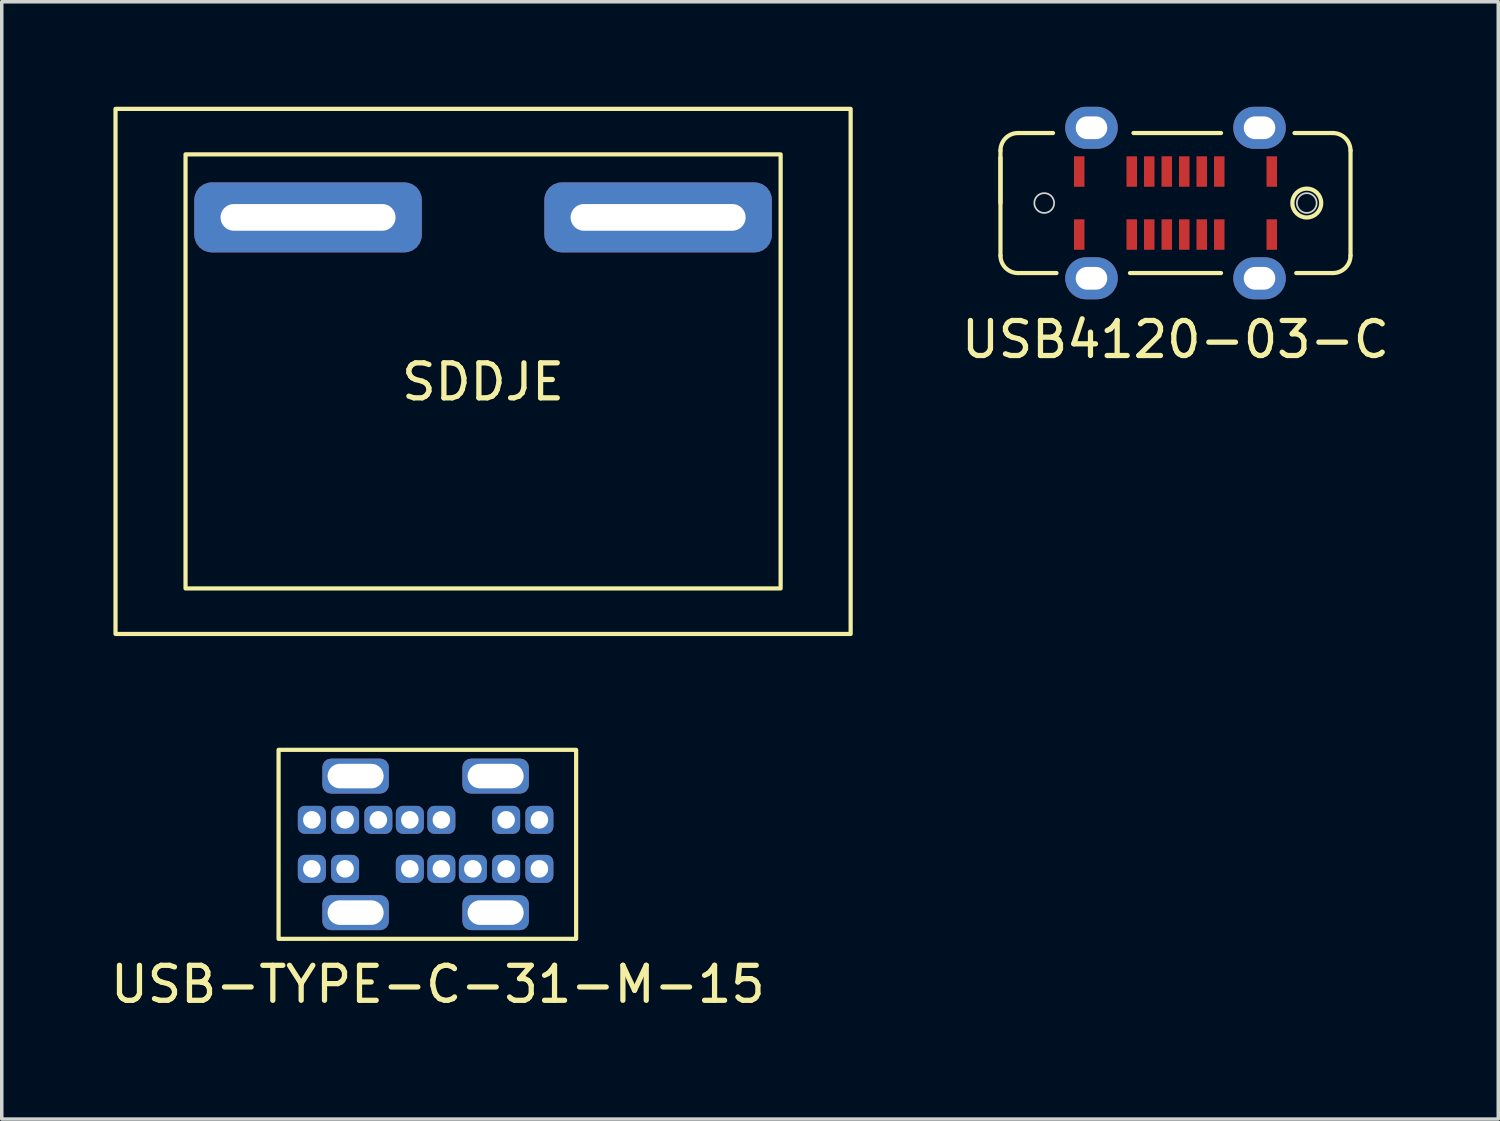
<source format=kicad_pcb>
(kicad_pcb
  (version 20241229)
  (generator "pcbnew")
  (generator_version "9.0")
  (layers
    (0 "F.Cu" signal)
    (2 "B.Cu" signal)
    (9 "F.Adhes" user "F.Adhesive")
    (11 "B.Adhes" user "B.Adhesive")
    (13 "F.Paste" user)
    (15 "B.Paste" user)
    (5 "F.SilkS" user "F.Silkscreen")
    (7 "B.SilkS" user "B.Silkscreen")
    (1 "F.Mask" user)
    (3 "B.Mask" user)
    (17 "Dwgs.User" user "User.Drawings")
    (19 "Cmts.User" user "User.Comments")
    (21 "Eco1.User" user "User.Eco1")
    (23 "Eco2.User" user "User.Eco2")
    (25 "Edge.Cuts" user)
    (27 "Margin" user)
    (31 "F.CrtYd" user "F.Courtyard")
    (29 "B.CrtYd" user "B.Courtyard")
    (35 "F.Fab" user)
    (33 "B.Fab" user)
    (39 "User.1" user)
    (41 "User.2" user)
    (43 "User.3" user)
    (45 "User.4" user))
  (footprint "USB-TYPE-C-31-M-15"
    (layer "F.Cu")
    (at 5.858 21.77)
    (property "Reference" "USB-TYPE-C-31-M-15" (at 3.6 3.3 0) (unlocked yes) (layer "F.SilkS") (effects (font (size 1 1) (thickness 0.15))))
    (attr through_hole)
    (fp_rect (start -0.95 -3.4) (end 7.55 2) (stroke (width 0.12) (type solid)) (fill no) (layer "F.SilkS"))
    (pad "1" thru_hole roundrect (at 0 -1.4) (size 0.8 0.8) (drill 0.5) (layers "*.Cu" "*.Mask") (roundrect_rratio 0.25))
    (pad "1" thru_hole roundrect (at 0 0) (size 0.8 0.8) (drill 0.5) (layers "*.Cu" "*.Mask") (roundrect_rratio 0.25))
    (pad "1" thru_hole roundrect (at 1.25 -2.65) (size 1.9 1) (drill oval 1.6 0.7) (layers "*.Cu" "*.Mask") (roundrect_rratio 0.25))
    (pad "1" thru_hole roundrect (at 1.25 1.25) (size 1.9 1) (drill oval 1.6 0.7) (layers "*.Cu" "*.Mask") (roundrect_rratio 0.25))
    (pad "1" thru_hole roundrect (at 5.25 -2.65) (size 1.9 1) (drill oval 1.6 0.7) (layers "*.Cu" "*.Mask") (roundrect_rratio 0.25))
    (pad "1" thru_hole roundrect (at 5.25 1.25) (size 1.9 1) (drill oval 1.6 0.7) (layers "*.Cu" "*.Mask") (roundrect_rratio 0.25))
    (pad "1" thru_hole roundrect (at 6.5 -1.4) (size 0.8 0.8) (drill 0.5) (layers "*.Cu" "*.Mask") (roundrect_rratio 0.25))
    (pad "1" thru_hole roundrect (at 6.5 0) (size 0.8 0.8) (drill 0.5) (layers "*.Cu" "*.Mask") (roundrect_rratio 0.25))
    (pad "2" thru_hole roundrect (at 0.95 -1.4) (size 0.8 0.8) (drill 0.5) (layers "*.Cu" "*.Mask") (roundrect_rratio 0.25))
    (pad "2" thru_hole roundrect (at 0.95 0) (size 0.8 0.8) (drill 0.5) (layers "*.Cu" "*.Mask") (roundrect_rratio 0.25))
    (pad "2" thru_hole roundrect (at 5.55 -1.4) (size 0.8 0.8) (drill 0.5) (layers "*.Cu" "*.Mask") (roundrect_rratio 0.25))
    (pad "2" thru_hole roundrect (at 5.55 0) (size 0.8 0.8) (drill 0.5) (layers "*.Cu" "*.Mask") (roundrect_rratio 0.25))
    (pad "3" thru_hole roundrect (at 1.9 -1.4) (size 0.8 0.8) (drill 0.5) (layers "*.Cu" "*.Mask") (roundrect_rratio 0.25))
    (pad "4" thru_hole roundrect (at 4.6 0) (size 0.8 0.8) (drill 0.5) (layers "*.Cu" "*.Mask") (roundrect_rratio 0.25))
    (pad "5" thru_hole roundrect (at 2.8 -1.4) (size 0.8 0.8) (drill 0.5) (layers "*.Cu" "*.Mask") (roundrect_rratio 0.25))
    (pad "5" thru_hole roundrect (at 3.7 0) (size 0.8 0.8) (drill 0.5) (layers "*.Cu" "*.Mask") (roundrect_rratio 0.25))
    (pad "6" thru_hole roundrect (at 2.8 0) (size 0.8 0.8) (drill 0.5) (layers "*.Cu" "*.Mask") (roundrect_rratio 0.25))
    (pad "6" thru_hole roundrect (at 3.7 -1.4) (size 0.8 0.8) (drill 0.5) (layers "*.Cu" "*.Mask") (roundrect_rratio 0.25)))
  (footprint "USB4120-03-C"
    (layer "F.Cu")
    (at 30.53 2.75)
    (property "Reference" "USB4120-03-C" (at 0 3.9 0) (unlocked yes) (layer "F.SilkS") (effects (font (size 1 1) (thickness 0.15))))
    (attr through_hole)
    (fp_line (start -5 -1.3) (end -5 1.5) (stroke (width 0.12) (type solid)) (layer "F.SilkS"))
    (fp_line (start -5 0) (end -5 -1.5) (stroke (width 0.12) (type solid)) (layer "F.SilkS"))
    (fp_line (start -4.5 -2) (end -3.5 -2) (stroke (width 0.12) (type solid)) (layer "F.SilkS"))
    (fp_line (start -4.5 2) (end -3.4 2) (stroke (width 0.12) (type solid)) (layer "F.SilkS"))
    (fp_line (start -1.2 -2) (end 1.3 -2) (stroke (width 0.12) (type solid)) (layer "F.SilkS"))
    (fp_line (start 1.3 2) (end -1.3 2) (stroke (width 0.12) (type solid)) (layer "F.SilkS"))
    (fp_line (start 4.496 2) (end 3.45 2) (stroke (width 0.12) (type solid)) (layer "F.SilkS"))
    (fp_line (start 4.5 -2) (end 3.4 -2) (stroke (width 0.12) (type solid)) (layer "F.SilkS"))
    (fp_line (start 5 1.5) (end 5 -1.5) (stroke (width 0.12) (type solid)) (layer "F.SilkS"))
    (fp_arc (start -5 -1.5) (mid -4.853553 -1.853553) (end -4.5 -2) (stroke (width 0.12) (type solid)) (layer "F.SilkS"))
    (fp_arc (start -4.5 2) (mid -4.853553 1.853553) (end -5 1.5) (stroke (width 0.12) (type solid)) (layer "F.SilkS"))
    (fp_arc (start 4.5 -2) (mid 4.851477 -1.851477) (end 5 -1.5) (stroke (width 0.12) (type solid)) (layer "F.SilkS"))
    (fp_arc (start 5 1.5) (mid 4.851258 1.853767) (end 4.496447 2) (stroke (width 0.12) (type solid)) (layer "F.SilkS"))
    (fp_circle (center 3.75 0) (end 3.85 -0.4) (stroke (width 0.12) (type solid)) (fill no) (layer "F.SilkS"))
    (fp_circle (center -3.75 0) (end -3.467 0) (stroke (width 0.05) (type solid)) (fill no) (layer "Edge.Cuts"))
    (fp_circle (center 3.75 0) (end 4.033 0) (stroke (width 0.05) (type solid)) (fill no) (layer "Edge.Cuts"))
    (pad "A1" smd rect (at -2.75 -0.9) (size 0.3 0.87) (layers "F.Cu" "F.Mask" "F.Paste"))
    (pad "A4" smd rect (at -1.25 -0.9) (size 0.3 0.87) (layers "F.Cu" "F.Mask" "F.Paste"))
    (pad "A5" smd rect (at -0.75 -0.9) (size 0.3 0.87) (layers "F.Cu" "F.Mask" "F.Paste"))
    (pad "A6" smd rect (at -0.25 -0.9) (size 0.3 0.87) (layers "F.Cu" "F.Mask" "F.Paste"))
    (pad "A7" smd rect (at 0.25 -0.9) (size 0.3 0.87) (layers "F.Cu" "F.Mask" "F.Paste"))
    (pad "A8" smd rect (at 0.75 -0.9) (size 0.3 0.87) (layers "F.Cu" "F.Mask" "F.Paste"))
    (pad "A9" smd rect (at 1.25 -0.9) (size 0.3 0.87) (layers "F.Cu" "F.Mask" "F.Paste"))
    (pad "A12" smd rect (at 2.75 -0.9) (size 0.3 0.87) (layers "F.Cu" "F.Mask" "F.Paste"))
    (pad "B1" smd rect (at 2.75 0.9) (size 0.3 0.87) (layers "F.Cu" "F.Mask" "F.Paste"))
    (pad "B4" smd rect (at 1.25 0.9) (size 0.3 0.87) (layers "F.Cu" "F.Mask" "F.Paste"))
    (pad "B5" smd rect (at 0.75 0.9) (size 0.3 0.87) (layers "F.Cu" "F.Mask" "F.Paste"))
    (pad "B6" smd rect (at 0.25 0.9) (size 0.3 0.87) (layers "F.Cu" "F.Mask" "F.Paste"))
    (pad "B7" smd rect (at -0.25 0.9) (size 0.3 0.87) (layers "F.Cu" "F.Mask" "F.Paste"))
    (pad "B8" smd rect (at -0.75 0.9) (size 0.3 0.87) (layers "F.Cu" "F.Mask" "F.Paste"))
    (pad "B9" smd rect (at -1.25 0.9) (size 0.3 0.87) (layers "F.Cu" "F.Mask" "F.Paste"))
    (pad "B12" smd rect (at -2.75 0.9) (size 0.3 0.87) (layers "F.Cu" "F.Mask" "F.Paste"))
    (pad "S1" thru_hole oval (at -2.4 -2.15) (size 1.5 1.2) (drill oval 0.9 0.65) (layers "*.Cu" "*.Mask"))
    (pad "S1" thru_hole oval (at -2.4 2.15) (size 1.5 1.2) (drill oval 0.9 0.65) (layers "*.Cu" "*.Mask"))
    (pad "S1" thru_hole oval (at 2.4 -2.15) (size 1.5 1.2) (drill oval 0.9 0.65) (layers "*.Cu" "*.Mask"))
    (pad "S1" thru_hole oval (at 2.4 2.15) (size 1.5 1.2) (drill oval 0.9 0.65) (layers "*.Cu" "*.Mask")))
  (footprint "SDDJE"
    (layer "F.Cu")
    (at 0.25 15.06)
    (property "Reference" "SDDJE" (at 10.5 -7.2 0) (unlocked yes) (layer "F.SilkS") (effects (font (size 1 1) (thickness 0.15))))
    (attr through_hole)
    (fp_rect (start 0 0) (end 21 -15) (stroke (width 0.12) (type solid)) (fill no) (layer "F.SilkS"))
    (fp_rect (start 19 -1.3) (end 2 -13.7) (stroke (width 0.12) (type solid)) (fill no) (layer "F.SilkS"))
    (pad "1" thru_hole roundrect (at 5.5 -11.9) (size 6.5 2) (drill oval 5 0.762) (layers "*.Cu" "*.Mask") (roundrect_rratio 0.25))
    (pad "2" thru_hole roundrect (at 15.5 -11.9) (size 6.5 2) (drill oval 5 0.762) (layers "*.Cu" "*.Mask") (roundrect_rratio 0.25)))
  (gr_rect
    (start -3 -3)
    (end 39.75 28.918)
    (stroke (width 0.1) (type default))
    (fill no)
    (layer "Edge.Cuts")))
</source>
